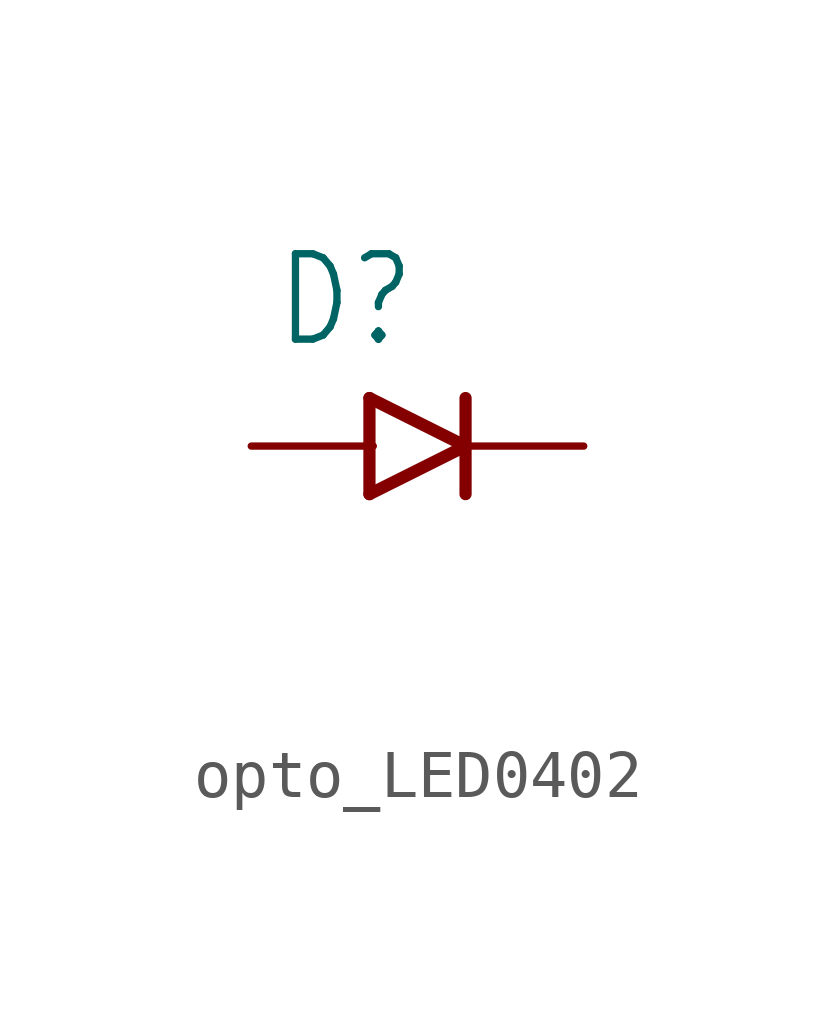
<source format=kicad_sym>
(kicad_symbol_lib
  (version 20241209)
  (generator "kicad_symbol_editor")
  (generator_version "9.0")
  (symbol "opto_LED0402"
    (property "Reference" "D"
      (at -3 2 0)
      (effects (font (size 1.778 1.511)) (justify left bottom)))
    (property "Value" ""
      (at -3 -5 0)
      (effects (font (size 1.778 1.511)) (justify left bottom)))
    (property "ki_locked" ""
      (at 0 0 0)
      (effects (font (size 1.27 1.27))))
    (symbol "opto_LED0402_1_0"
      (polyline (pts (xy -1 1) (xy -1 -1)) (stroke (width 0.254) (type solid)) (fill (type none)))
      (polyline (pts (xy -1 -1) (xy 1 0)) (stroke (width 0.254) (type solid)) (fill (type none)))
      (polyline (pts (xy 1 1) (xy 1 0)) (stroke (width 0.254) (type solid)) (fill (type none)))
      (polyline (pts (xy 1 0) (xy -1 1)) (stroke (width 0.254) (type solid)) (fill (type none)))
      (polyline (pts (xy 1 0) (xy 1 -1)) (stroke (width 0.254) (type solid)) (fill (type none)))
      (pin bidirectional line (at -3.46 0 0) (length 2.54) (name "1" (effects (font (size 0 0)))) (number "1" (effects (font (size 0 0)))))
      (pin bidirectional line (at 3.46 0 180) (length 2.54) (name "2" (effects (font (size 0 0)))) (number "2" (effects (font (size 0 0))))))))
</source>
